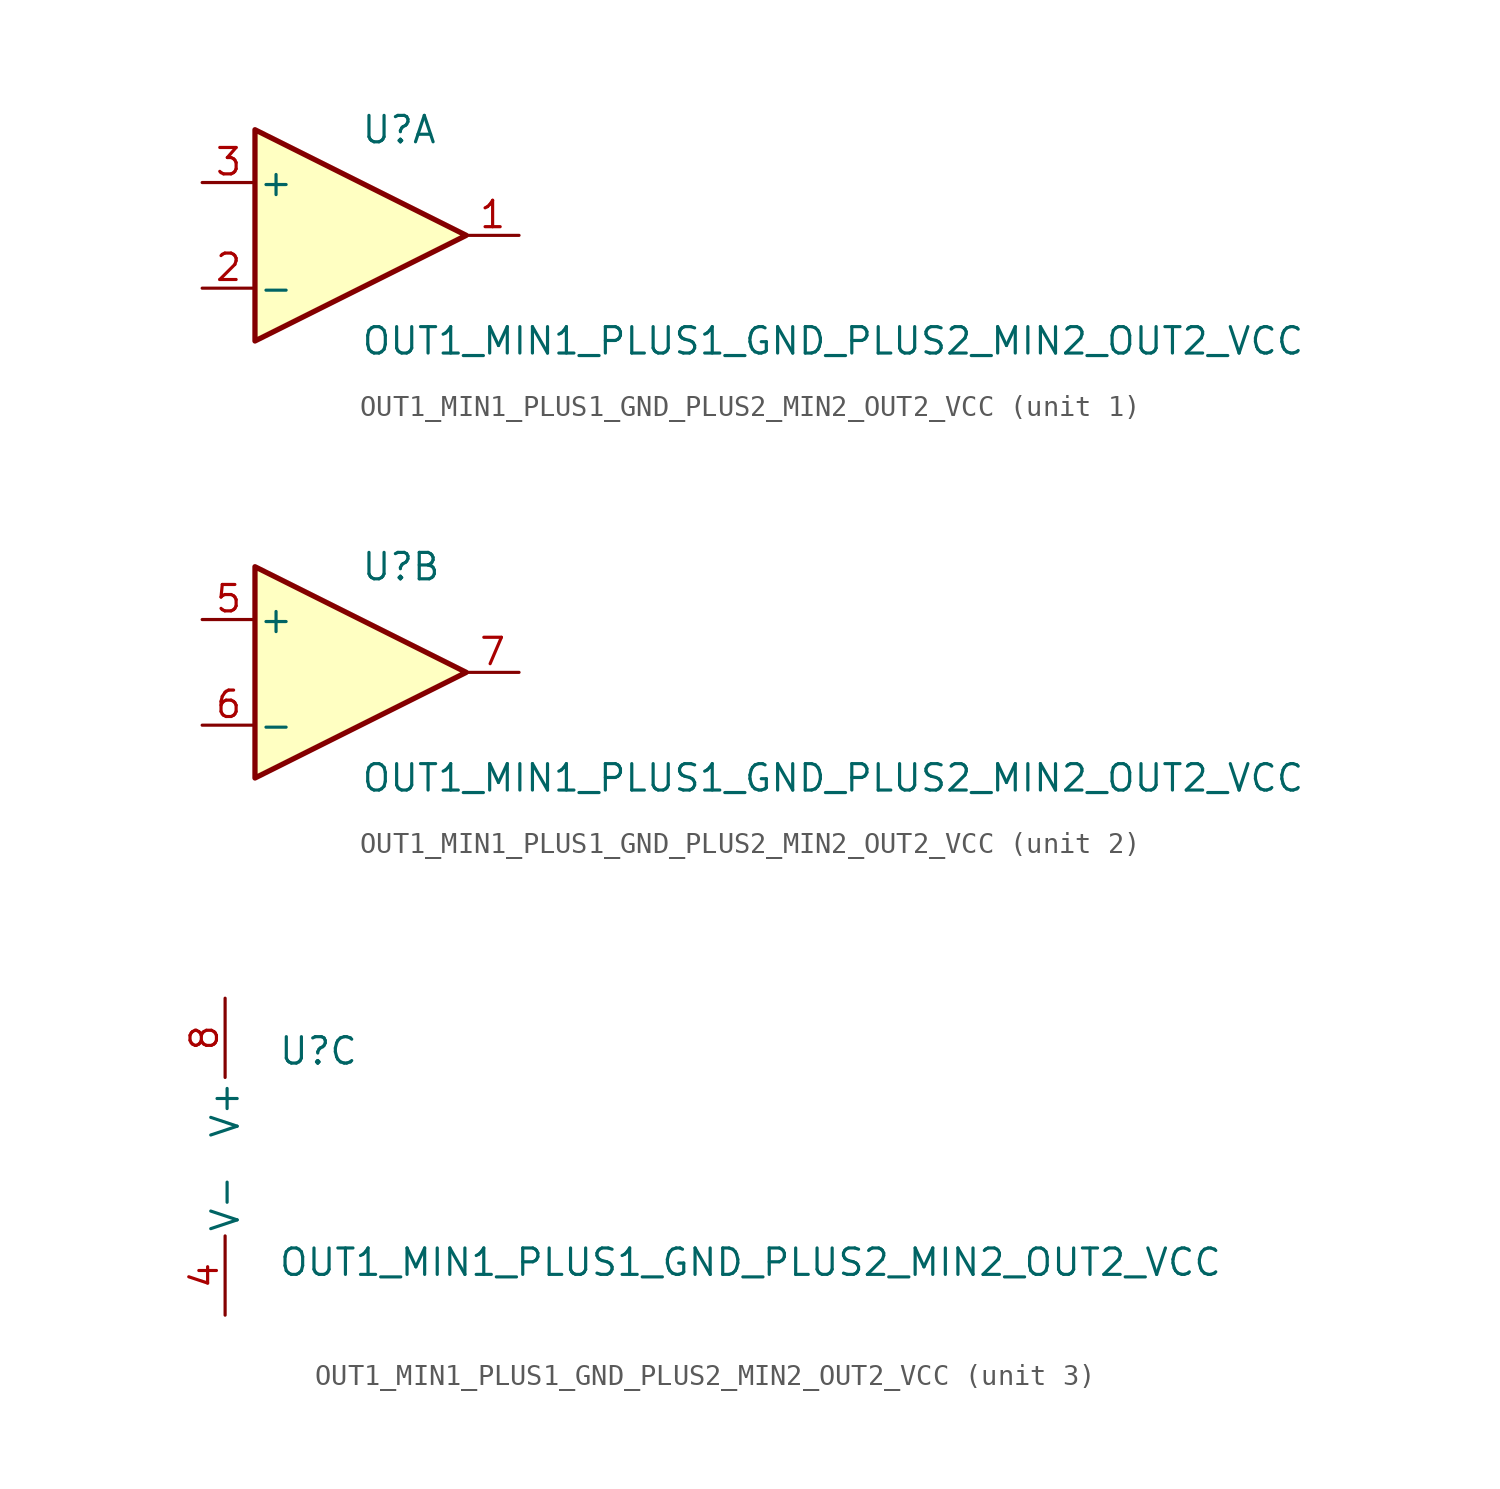
<source format=kicad_sym>
(kicad_symbol_lib
  (version 20211014)
  (generator kicad_symbol_editor)
  (symbol "OUT1_MIN1_PLUS1_GND_PLUS2_MIN2_OUT2_VCC"
    (pin_names
      (offset 0.127))
    (property "Reference" "U"
      (at 0 5.08 0)
      (effects (font (size 1.27 1.27)) (justify left)))
    (property "Value" "OUT1_MIN1_PLUS1_GND_PLUS2_MIN2_OUT2_VCC"
      (at 0 -5.08 0)
      (effects (font (size 1.27 1.27)) (justify left)))
    (property "ki_locked" ""
      (at 0 0 0)
      (effects (font (size 1.27 1.27))))
    (symbol "OUT1_MIN1_PLUS1_GND_PLUS2_MIN2_OUT2_VCC_1_1"
      (polyline (pts (xy -5.08 5.08) (xy 5.08 0) (xy -5.08 -5.08) (xy -5.08 5.08)) (stroke (width 0.254) (type default) (color 0 0 0 0)) (fill (type background)))
      (pin output line (at 7.62 0 180) (length 2.54) (name "~" (effects (font (size 1.27 1.27)))) (number "1" (effects (font (size 1.27 1.27)))))
      (pin input line (at -7.62 -2.54 0) (length 2.54) (name "-" (effects (font (size 1.27 1.27)))) (number "2" (effects (font (size 1.27 1.27)))))
      (pin input line (at -7.62 2.54 0) (length 2.54) (name "+" (effects (font (size 1.27 1.27)))) (number "3" (effects (font (size 1.27 1.27))))))
    (symbol "OUT1_MIN1_PLUS1_GND_PLUS2_MIN2_OUT2_VCC_2_1"
      (polyline (pts (xy -5.08 5.08) (xy 5.08 0) (xy -5.08 -5.08) (xy -5.08 5.08)) (stroke (width 0.254) (type default) (color 0 0 0 0)) (fill (type background)))
      (pin input line (at -7.62 2.54 0) (length 2.54) (name "+" (effects (font (size 1.27 1.27)))) (number "5" (effects (font (size 1.27 1.27)))))
      (pin input line (at -7.62 -2.54 0) (length 2.54) (name "-" (effects (font (size 1.27 1.27)))) (number "6" (effects (font (size 1.27 1.27)))))
      (pin output line (at 7.62 0 180) (length 2.54) (name "~" (effects (font (size 1.27 1.27)))) (number "7" (effects (font (size 1.27 1.27))))))
    (symbol "OUT1_MIN1_PLUS1_GND_PLUS2_MIN2_OUT2_VCC_3_1"
      (pin power_in line (at -2.54 -7.62 90) (length 3.81) (name "V-" (effects (font (size 1.27 1.27)))) (number "4" (effects (font (size 1.27 1.27)))))
      (pin power_in line (at -2.54 7.62 270) (length 3.81) (name "V+" (effects (font (size 1.27 1.27)))) (number "8" (effects (font (size 1.27 1.27))))))))
</source>
